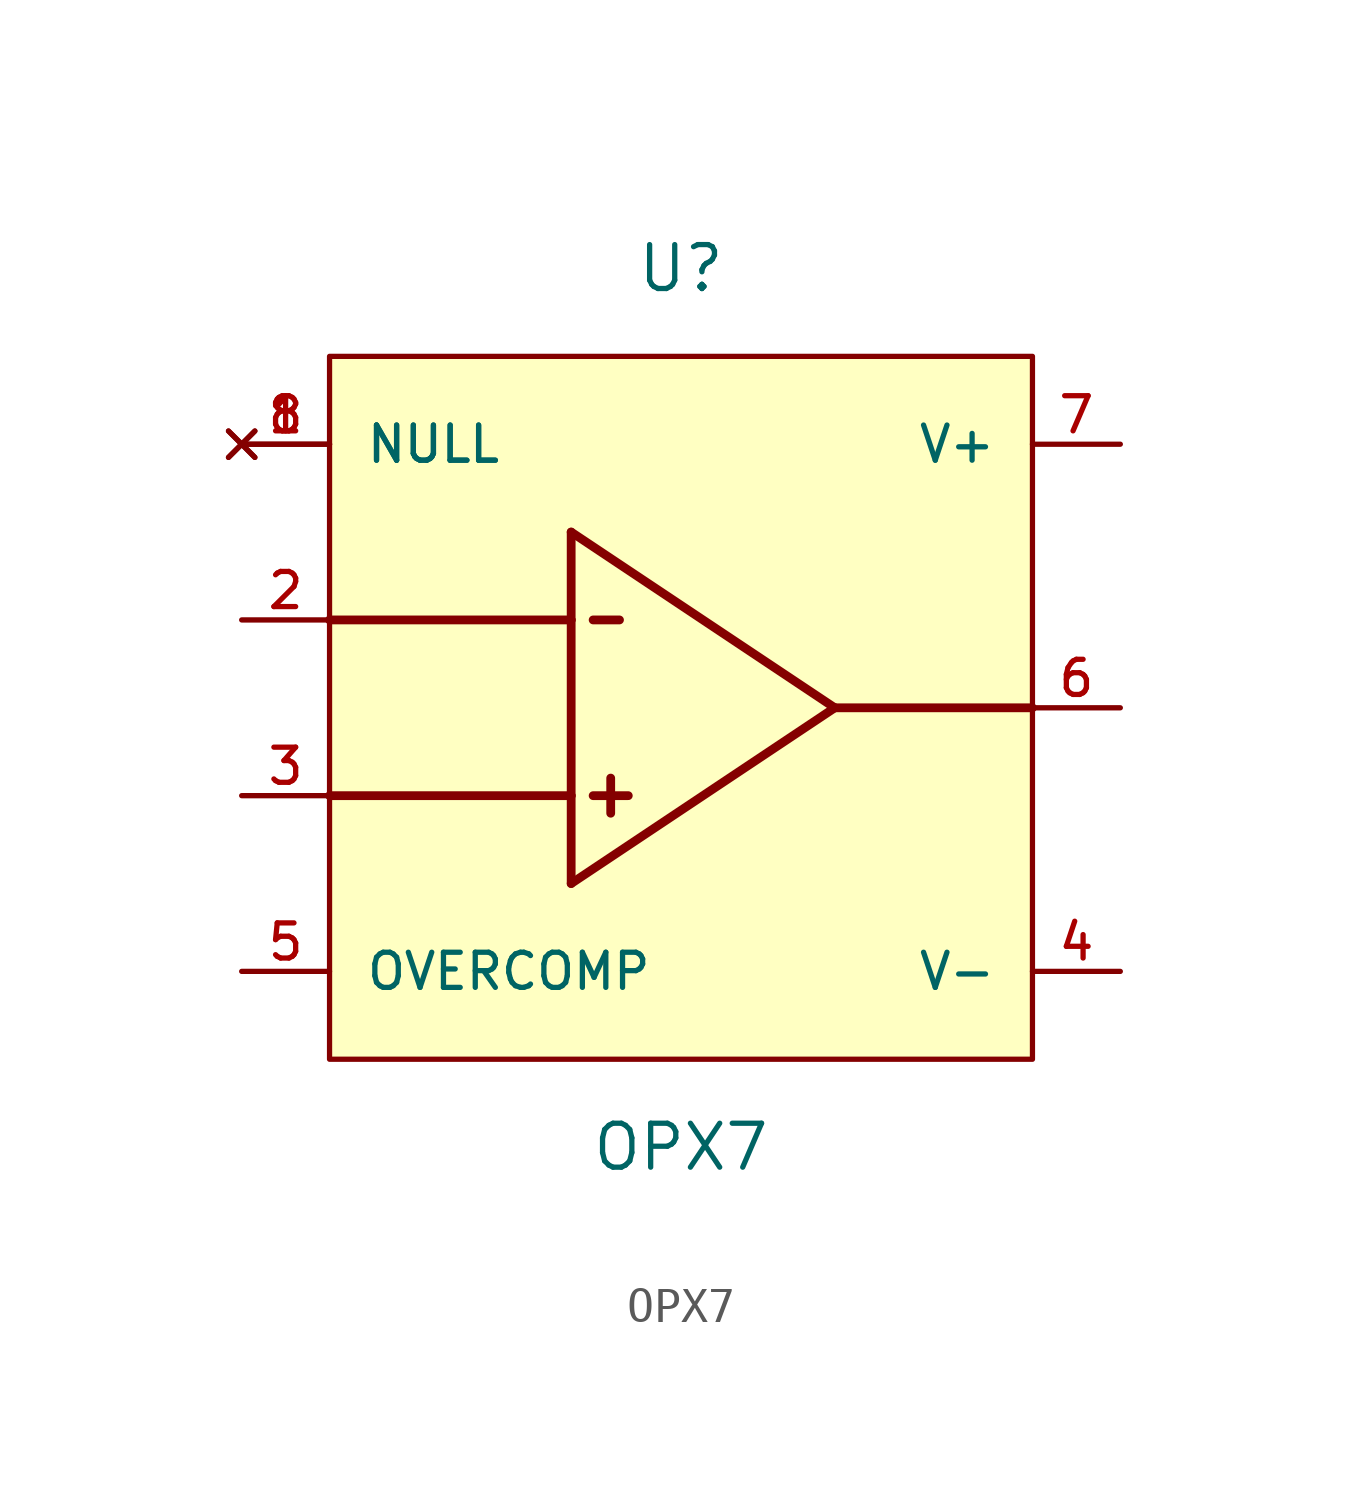
<source format=kicad_sym>
(kicad_symbol_lib
  (version 20211014)
  (generator kicad_symbol_editor)
  (symbol "OPX7"
    (pin_names
      (offset 1.016))
    (property "Reference" "U"
      (at 0.0 12.7 0)
      (effects (font (size 1.27 1.27))))
    (property "Value" "OPX7"
      (at 0.0 -12.7 0)
      (effects (font (size 1.27 1.27))))
    (symbol "OPX7_0_0"
      (polyline (pts (xy -3.175 5.08) (xy -3.175 2.54)) (stroke (width 0.254)))
      (polyline (pts (xy -3.175 2.54) (xy -3.175 -2.54)) (stroke (width 0.254)))
      (polyline (pts (xy -3.175 -2.54) (xy -3.175 -5.08)) (stroke (width 0.254)))
      (polyline (pts (xy -3.175 -5.08) (xy 4.445 0.0)) (stroke (width 0.254)))
      (polyline (pts (xy 4.445 0.0) (xy -3.175 5.08)) (stroke (width 0.254)))
      (polyline (pts (xy 4.445 0.0) (xy 10.16 0.0)) (stroke (width 0.254)))
      (polyline (pts (xy -10.16 2.54) (xy -3.175 2.54)) (stroke (width 0.254)))
      (polyline (pts (xy -10.16 -2.54) (xy -3.175 -2.54)) (stroke (width 0.254)))
      (polyline (pts (xy -2.54 2.54) (xy -1.778 2.54)) (stroke (width 0.254)))
      (polyline (pts (xy -2.54 -2.54) (xy -1.524 -2.54)) (stroke (width 0.254)))
      (polyline (pts (xy -2.032 -2.032) (xy -2.032 -3.048)) (stroke (width 0.254)))
      (rectangle (start -10.16 -10.16) (end 10.16 10.16) (stroke (width 0.152)) (fill (type background)))
      (pin input line (at -12.7 2.54 0) (length 2.54) (name "~" (effects (font (size 1.016 1.016)))) (number "2" (effects (font (size 1.016 1.016)))))
      (pin input line (at -12.7 -2.54 0) (length 2.54) (name "~" (effects (font (size 1.016 1.016)))) (number "3" (effects (font (size 1.016 1.016)))))
      (pin output line (at 12.7 0.0 180.0) (length 2.54) (name "~" (effects (font (size 1.016 1.016)))) (number "6" (effects (font (size 1.016 1.016)))))
      (pin power_in line (at 12.7 7.62 180.0) (length 2.54) (name "V+" (effects (font (size 1.016 1.016)))) (number "7" (effects (font (size 1.016 1.016)))))
      (pin power_in line (at 12.7 -7.62 180.0) (length 2.54) (name "V-" (effects (font (size 1.016 1.016)))) (number "4" (effects (font (size 1.016 1.016)))))
      (pin bidirectional line (at -12.7 -7.62 0) (length 2.54) (name "OVERCOMP" (effects (font (size 1.016 1.016)))) (number "5" (effects (font (size 1.016 1.016)))))
      (pin no_connect line (at -12.7 7.62 0) (length 2.54) (name "NULL" (effects (font (size 1.016 1.016)))) (number "1" (effects (font (size 1.016 1.016)))))
      (pin no_connect line (at -12.7 7.62 0) (length 2.54) (name "NULL" (effects (font (size 1.016 1.016)))) (number "8" (effects (font (size 1.016 1.016))))))))
</source>
